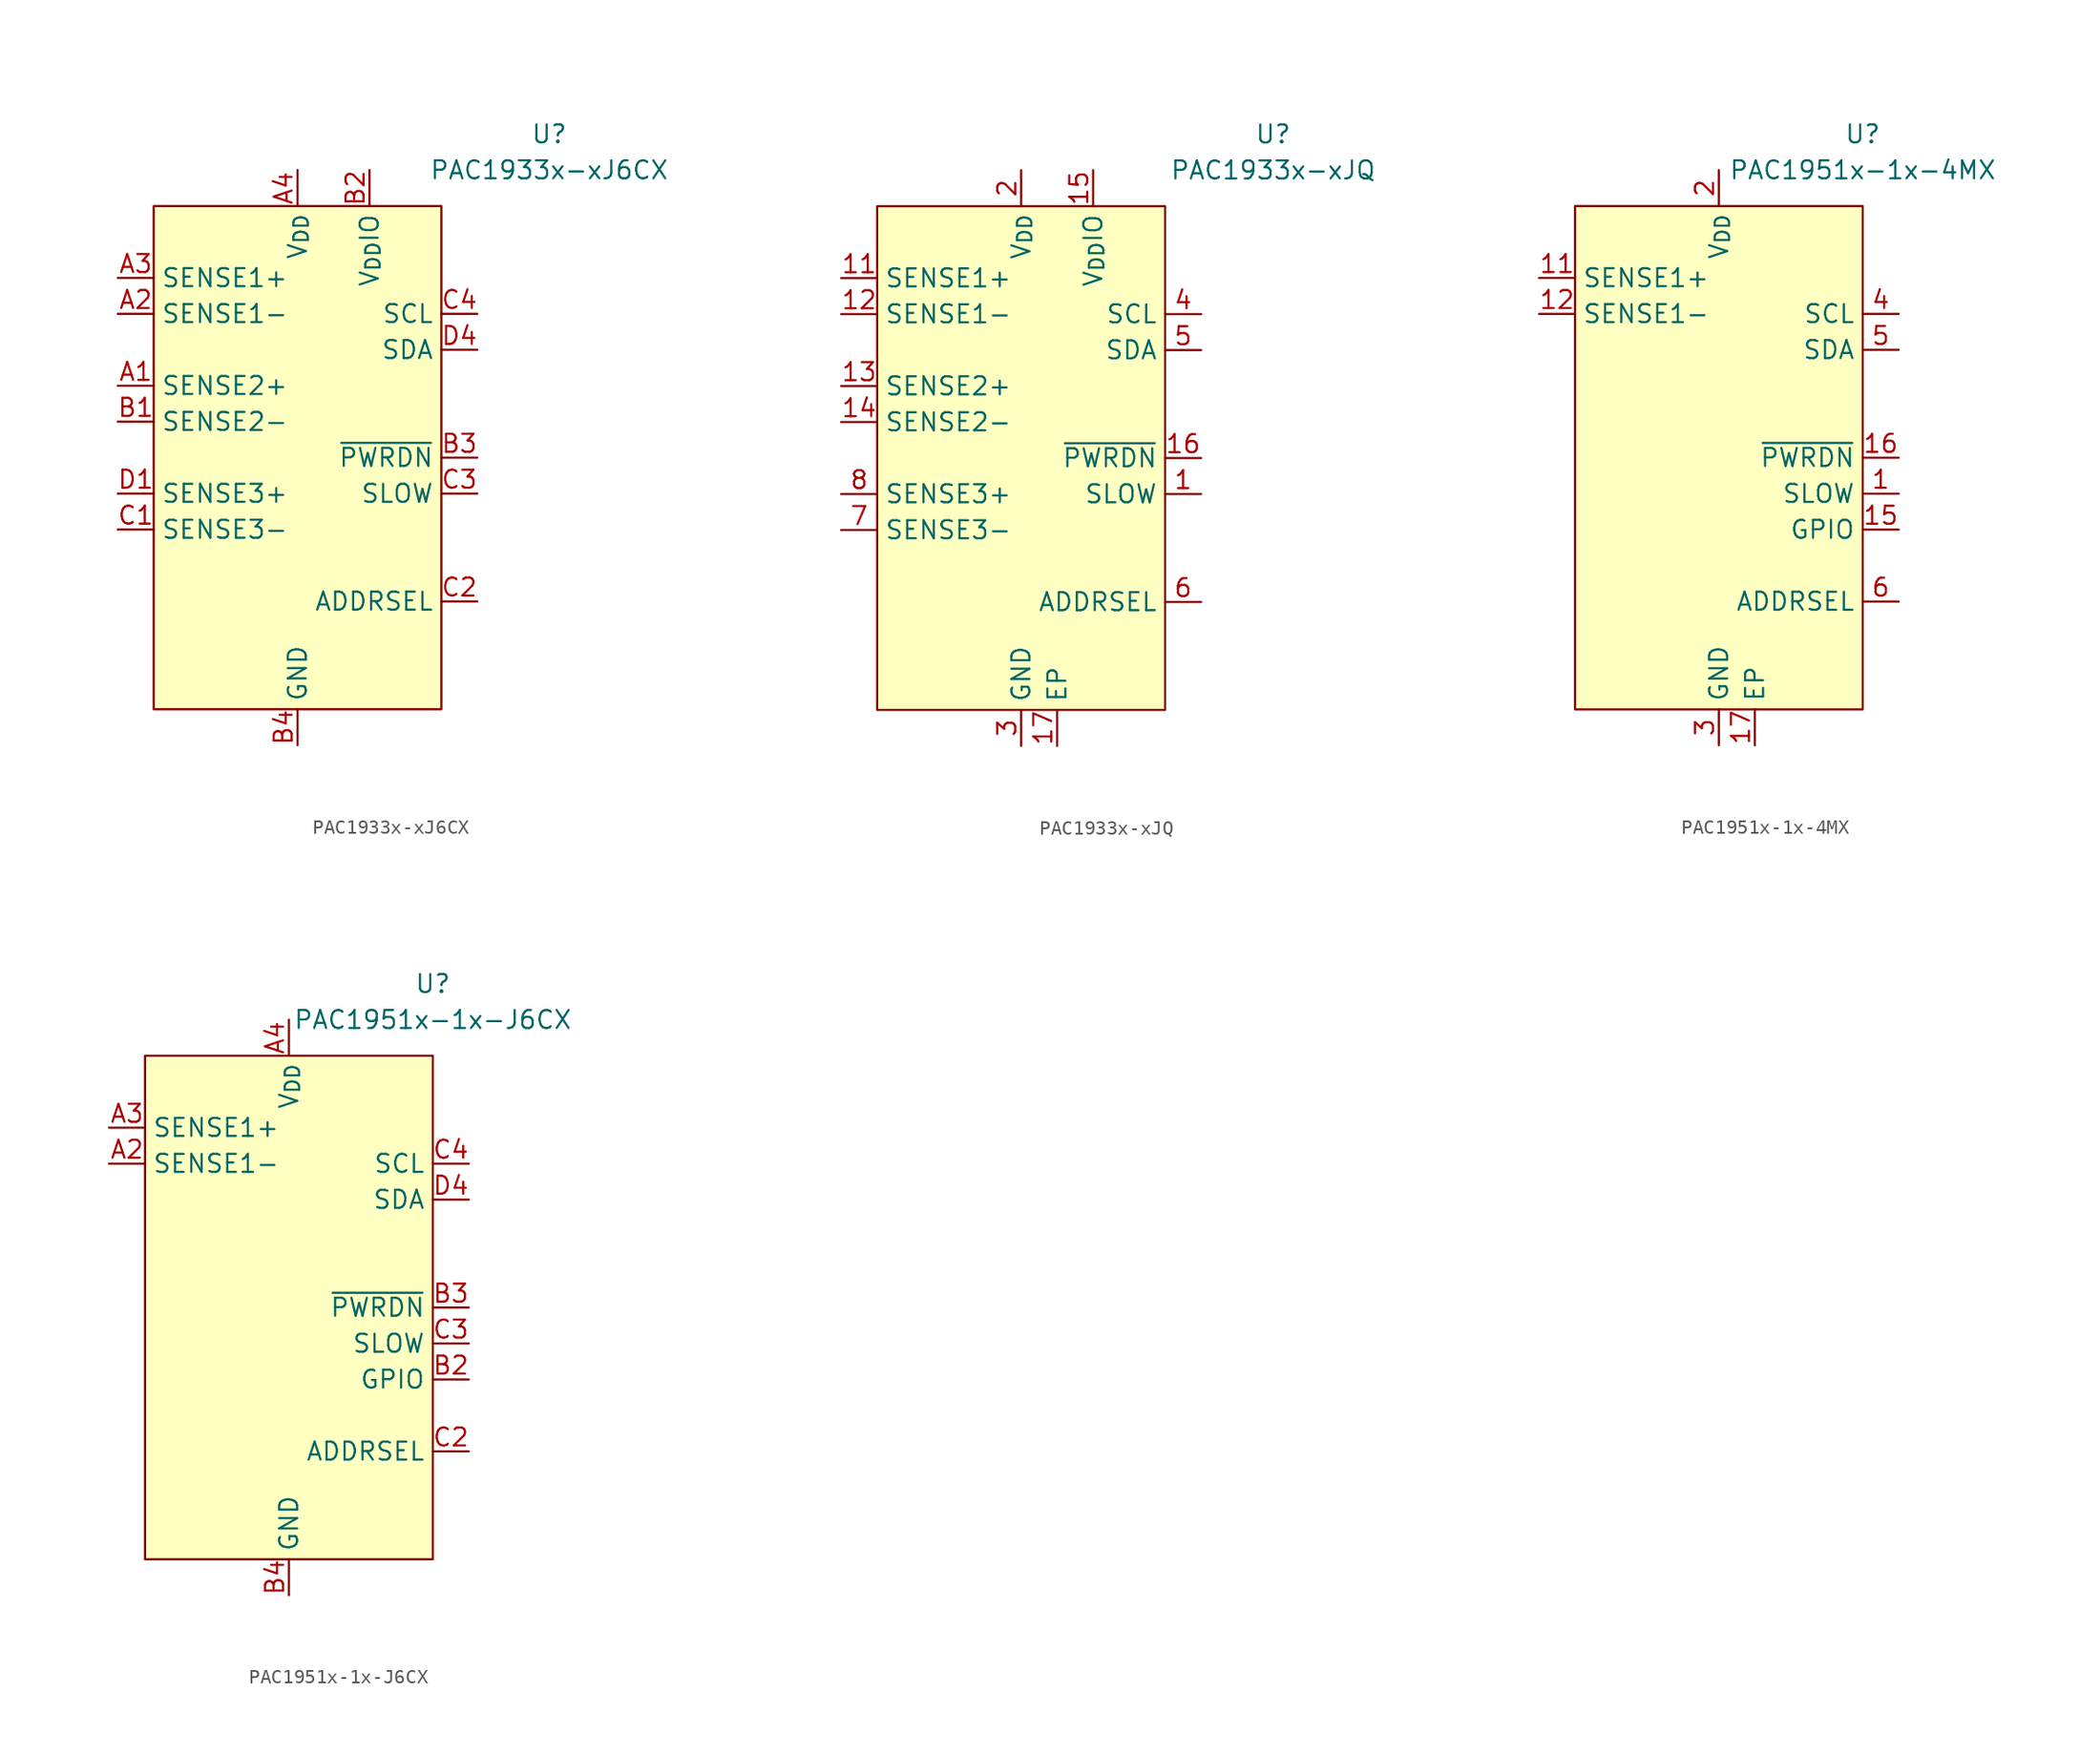
<source format=kicad_sym>
(kicad_symbol_lib
  (version 20211014)
  (generator kicad_symbol_editor)
  (symbol "PAC1933x-xJ6CX"
    (property "Reference" "U"
      (at 17.78 22.86 0)
      (effects (font (size 1.27 1.27))))
    (property "Value" "PAC1933x-xJ6CX"
      (at 17.78 20.32 0)
      (effects (font (size 1.27 1.27))))
    (symbol "PAC1933x-xJ6CX_0_0"
      (pin input line (at -12.7 5.08 0) (length 2.54) (name "SENSE2+" (effects (font (size 1.27 1.27)))) (number "A1" (effects (font (size 1.27 1.27)))))
      (pin input line (at -12.7 10.16 0) (length 2.54) (name "SENSE1-" (effects (font (size 1.27 1.27)))) (number "A2" (effects (font (size 1.27 1.27)))))
      (pin input line (at -12.7 12.7 0) (length 2.54) (name "SENSE1+" (effects (font (size 1.27 1.27)))) (number "A3" (effects (font (size 1.27 1.27)))))
      (pin power_in line (at 0 20.32 270) (length 2.54) (name "V_{DD}" (effects (font (size 1.27 1.27)))) (number "A4" (effects (font (size 1.27 1.27)))))
      (pin input line (at -12.7 2.54 0) (length 2.54) (name "SENSE2-" (effects (font (size 1.27 1.27)))) (number "B1" (effects (font (size 1.27 1.27)))))
      (pin input line (at 5.08 20.32 270) (length 2.54) (name "V_{DD}IO" (effects (font (size 1.27 1.27)))) (number "B2" (effects (font (size 1.27 1.27)))))
      (pin input line (at 12.7 0 180) (length 2.54) (name "~{PWRDN}" (effects (font (size 1.27 1.27)))) (number "B3" (effects (font (size 1.27 1.27)))))
      (pin power_in line (at 0 -20.32 90) (length 2.54) (name "GND" (effects (font (size 1.27 1.27)))) (number "B4" (effects (font (size 1.27 1.27)))))
      (pin input line (at -12.7 -5.08 0) (length 2.54) (name "SENSE3-" (effects (font (size 1.27 1.27)))) (number "C1" (effects (font (size 1.27 1.27)))))
      (pin passive line (at 12.7 -10.16 180) (length 2.54) (name "ADDRSEL" (effects (font (size 1.27 1.27)))) (number "C2" (effects (font (size 1.27 1.27)))))
      (pin input line (at 12.7 -2.54 180) (length 2.54) (name "SLOW" (effects (font (size 1.27 1.27)))) (number "C3" (effects (font (size 1.27 1.27)))) (alternate "~{ALERT1}" open_collector line))
      (pin input line (at 12.7 10.16 180) (length 2.54) (name "SCL" (effects (font (size 1.27 1.27)))) (number "C4" (effects (font (size 1.27 1.27)))) (alternate "SM_CLK" input line))
      (pin input line (at -12.7 -2.54 0) (length 2.54) (name "SENSE3+" (effects (font (size 1.27 1.27)))) (number "D1" (effects (font (size 1.27 1.27)))))
      (pin passive line (at 0 -20.32 90) (length 2.54) hide (name "GND" (effects (font (size 1.27 1.27)))) (number "D2" (effects (font (size 1.27 1.27)))))
      (pin passive line (at 0 -20.32 90) (length 2.54) hide (name "GND" (effects (font (size 1.27 1.27)))) (number "D3" (effects (font (size 1.27 1.27)))))
      (pin bidirectional line (at 12.7 7.62 180) (length 2.54) (name "SDA" (effects (font (size 1.27 1.27)))) (number "D4" (effects (font (size 1.27 1.27)))) (alternate "SM_DATA" bidirectional line)))
    (symbol "PAC1933x-xJ6CX_0_1"
      (rectangle (start -10.16 17.78) (end 10.16 -17.78) (stroke (width 0) (type default) (color 0 0 0 0)) (fill (type background)))))
  (symbol "PAC1933x-xJQ"
    (property "Reference" "U"
      (at 17.78 22.86 0)
      (effects (font (size 1.27 1.27))))
    (property "Value" "PAC1933x-xJQ"
      (at 17.78 20.32 0)
      (effects (font (size 1.27 1.27))))
    (symbol "PAC1933x-xJQ_0_0"
      (pin input line (at 12.7 -2.54 180) (length 2.54) (name "SLOW" (effects (font (size 1.27 1.27)))) (number "1" (effects (font (size 1.27 1.27)))) (alternate "~{ALERT1}" open_collector line))
      (pin passive line (at 0 -20.32 90) (length 2.54) hide (name "GND" (effects (font (size 1.27 1.27)))) (number "10" (effects (font (size 1.27 1.27)))))
      (pin input line (at -12.7 12.7 0) (length 2.54) (name "SENSE1+" (effects (font (size 1.27 1.27)))) (number "11" (effects (font (size 1.27 1.27)))))
      (pin input line (at -12.7 10.16 0) (length 2.54) (name "SENSE1-" (effects (font (size 1.27 1.27)))) (number "12" (effects (font (size 1.27 1.27)))))
      (pin input line (at -12.7 5.08 0) (length 2.54) (name "SENSE2+" (effects (font (size 1.27 1.27)))) (number "13" (effects (font (size 1.27 1.27)))))
      (pin input line (at -12.7 2.54 0) (length 2.54) (name "SENSE2-" (effects (font (size 1.27 1.27)))) (number "14" (effects (font (size 1.27 1.27)))))
      (pin input line (at 5.08 20.32 270) (length 2.54) (name "V_{DD}IO" (effects (font (size 1.27 1.27)))) (number "15" (effects (font (size 1.27 1.27)))))
      (pin input line (at 12.7 0 180) (length 2.54) (name "~{PWRDN}" (effects (font (size 1.27 1.27)))) (number "16" (effects (font (size 1.27 1.27)))))
      (pin passive line (at 2.54 -20.32 90) (length 2.54) (name "EP" (effects (font (size 1.27 1.27)))) (number "17" (effects (font (size 1.27 1.27)))))
      (pin power_in line (at 0 20.32 270) (length 2.54) (name "V_{DD}" (effects (font (size 1.27 1.27)))) (number "2" (effects (font (size 1.27 1.27)))))
      (pin power_in line (at 0 -20.32 90) (length 2.54) (name "GND" (effects (font (size 1.27 1.27)))) (number "3" (effects (font (size 1.27 1.27)))))
      (pin input line (at 12.7 10.16 180) (length 2.54) (name "SCL" (effects (font (size 1.27 1.27)))) (number "4" (effects (font (size 1.27 1.27)))) (alternate "SM_CLK" input line))
      (pin bidirectional line (at 12.7 7.62 180) (length 2.54) (name "SDA" (effects (font (size 1.27 1.27)))) (number "5" (effects (font (size 1.27 1.27)))) (alternate "SM_DATA" bidirectional line))
      (pin passive line (at 12.7 -10.16 180) (length 2.54) (name "ADDRSEL" (effects (font (size 1.27 1.27)))) (number "6" (effects (font (size 1.27 1.27)))))
      (pin input line (at -12.7 -5.08 0) (length 2.54) (name "SENSE3-" (effects (font (size 1.27 1.27)))) (number "7" (effects (font (size 1.27 1.27)))))
      (pin input line (at -12.7 -2.54 0) (length 2.54) (name "SENSE3+" (effects (font (size 1.27 1.27)))) (number "8" (effects (font (size 1.27 1.27)))))
      (pin passive line (at 0 -20.32 90) (length 2.54) hide (name "GND" (effects (font (size 1.27 1.27)))) (number "9" (effects (font (size 1.27 1.27))))))
    (symbol "PAC1933x-xJQ_0_1"
      (rectangle (start -10.16 17.78) (end 10.16 -17.78) (stroke (width 0) (type default) (color 0 0 0 0)) (fill (type background)))))
  (symbol "PAC1951x-1x-4MX"
    (property "Reference" "U"
      (at 10.16 22.86 0)
      (effects (font (size 1.27 1.27))))
    (property "Value" "PAC1951x-1x-4MX"
      (at 10.16 20.32 0)
      (effects (font (size 1.27 1.27))))
    (symbol "PAC1951x-1x-4MX_0_0"
      (pin input line (at 12.7 -2.54 180) (length 2.54) (name "SLOW" (effects (font (size 1.27 1.27)))) (number "1" (effects (font (size 1.27 1.27)))) (alternate "GPIO" bidirectional line) (alternate "~{ALERT1}" open_collector line))
      (pin passive line (at 0 -20.32 90) (length 2.54) hide (name "GND" (effects (font (size 1.27 1.27)))) (number "10" (effects (font (size 1.27 1.27)))))
      (pin input line (at -12.7 12.7 0) (length 2.54) (name "SENSE1+" (effects (font (size 1.27 1.27)))) (number "11" (effects (font (size 1.27 1.27)))))
      (pin input line (at -12.7 10.16 0) (length 2.54) (name "SENSE1-" (effects (font (size 1.27 1.27)))) (number "12" (effects (font (size 1.27 1.27)))))
      (pin passive line (at 0 -20.32 90) (length 2.54) hide (name "GND" (effects (font (size 1.27 1.27)))) (number "13" (effects (font (size 1.27 1.27)))))
      (pin passive line (at 0 -20.32 90) (length 2.54) hide (name "GND" (effects (font (size 1.27 1.27)))) (number "14" (effects (font (size 1.27 1.27)))))
      (pin bidirectional line (at 12.7 -5.08 180) (length 2.54) (name "GPIO" (effects (font (size 1.27 1.27)))) (number "15" (effects (font (size 1.27 1.27)))) (alternate "~{ALERT2}" open_collector line))
      (pin input line (at 12.7 0 180) (length 2.54) (name "~{PWRDN}" (effects (font (size 1.27 1.27)))) (number "16" (effects (font (size 1.27 1.27)))))
      (pin passive line (at 2.54 -20.32 90) (length 2.54) (name "EP" (effects (font (size 1.27 1.27)))) (number "17" (effects (font (size 1.27 1.27)))))
      (pin power_in line (at 0 20.32 270) (length 2.54) (name "V_{DD}" (effects (font (size 1.27 1.27)))) (number "2" (effects (font (size 1.27 1.27)))))
      (pin power_in line (at 0 -20.32 90) (length 2.54) (name "GND" (effects (font (size 1.27 1.27)))) (number "3" (effects (font (size 1.27 1.27)))))
      (pin input line (at 12.7 10.16 180) (length 2.54) (name "SCL" (effects (font (size 1.27 1.27)))) (number "4" (effects (font (size 1.27 1.27)))) (alternate "SM_CLK" input line))
      (pin bidirectional line (at 12.7 7.62 180) (length 2.54) (name "SDA" (effects (font (size 1.27 1.27)))) (number "5" (effects (font (size 1.27 1.27)))) (alternate "SM_DATA" bidirectional line))
      (pin passive line (at 12.7 -10.16 180) (length 2.54) (name "ADDRSEL" (effects (font (size 1.27 1.27)))) (number "6" (effects (font (size 1.27 1.27)))))
      (pin passive line (at 0 -20.32 90) (length 2.54) hide (name "GND" (effects (font (size 1.27 1.27)))) (number "7" (effects (font (size 1.27 1.27)))))
      (pin passive line (at 0 -20.32 90) (length 2.54) hide (name "GND" (effects (font (size 1.27 1.27)))) (number "8" (effects (font (size 1.27 1.27)))))
      (pin passive line (at 0 -20.32 90) (length 2.54) hide (name "GND" (effects (font (size 1.27 1.27)))) (number "9" (effects (font (size 1.27 1.27))))))
    (symbol "PAC1951x-1x-4MX_0_1"
      (rectangle (start -10.16 17.78) (end 10.16 -17.78) (stroke (width 0) (type default) (color 0 0 0 0)) (fill (type background)))))
  (symbol "PAC1951x-1x-J6CX"
    (property "Reference" "U"
      (at 10.16 22.86 0)
      (effects (font (size 1.27 1.27))))
    (property "Value" "PAC1951x-1x-J6CX"
      (at 10.16 20.32 0)
      (effects (font (size 1.27 1.27))))
    (symbol "PAC1951x-1x-J6CX_0_0"
      (pin passive line (at 0 -20.32 90) (length 2.54) hide (name "GND" (effects (font (size 1.27 1.27)))) (number "A1" (effects (font (size 1.27 1.27)))))
      (pin input line (at -12.7 10.16 0) (length 2.54) (name "SENSE1-" (effects (font (size 1.27 1.27)))) (number "A2" (effects (font (size 1.27 1.27)))))
      (pin input line (at -12.7 12.7 0) (length 2.54) (name "SENSE1+" (effects (font (size 1.27 1.27)))) (number "A3" (effects (font (size 1.27 1.27)))))
      (pin power_in line (at 0 20.32 270) (length 2.54) (name "V_{DD}" (effects (font (size 1.27 1.27)))) (number "A4" (effects (font (size 1.27 1.27)))))
      (pin passive line (at 0 -20.32 90) (length 2.54) hide (name "GND" (effects (font (size 1.27 1.27)))) (number "B1" (effects (font (size 1.27 1.27)))))
      (pin bidirectional line (at 12.7 -5.08 180) (length 2.54) (name "GPIO" (effects (font (size 1.27 1.27)))) (number "B2" (effects (font (size 1.27 1.27)))) (alternate "~{ALERT2}" open_collector line))
      (pin input line (at 12.7 0 180) (length 2.54) (name "~{PWRDN}" (effects (font (size 1.27 1.27)))) (number "B3" (effects (font (size 1.27 1.27)))))
      (pin power_in line (at 0 -20.32 90) (length 2.54) (name "GND" (effects (font (size 1.27 1.27)))) (number "B4" (effects (font (size 1.27 1.27)))))
      (pin passive line (at 0 -20.32 90) (length 2.54) hide (name "GND" (effects (font (size 1.27 1.27)))) (number "C1" (effects (font (size 1.27 1.27)))))
      (pin passive line (at 12.7 -10.16 180) (length 2.54) (name "ADDRSEL" (effects (font (size 1.27 1.27)))) (number "C2" (effects (font (size 1.27 1.27)))))
      (pin input line (at 12.7 -2.54 180) (length 2.54) (name "SLOW" (effects (font (size 1.27 1.27)))) (number "C3" (effects (font (size 1.27 1.27)))) (alternate "GPIO" bidirectional line) (alternate "~{ALERT1}" open_collector line))
      (pin input line (at 12.7 10.16 180) (length 2.54) (name "SCL" (effects (font (size 1.27 1.27)))) (number "C4" (effects (font (size 1.27 1.27)))) (alternate "SM_CLK" input line))
      (pin passive line (at 0 -20.32 90) (length 2.54) hide (name "GND" (effects (font (size 1.27 1.27)))) (number "D1" (effects (font (size 1.27 1.27)))))
      (pin passive line (at 0 -20.32 90) (length 2.54) hide (name "GND" (effects (font (size 1.27 1.27)))) (number "D2" (effects (font (size 1.27 1.27)))))
      (pin passive line (at 0 -20.32 90) (length 2.54) hide (name "GND" (effects (font (size 1.27 1.27)))) (number "D3" (effects (font (size 1.27 1.27)))))
      (pin bidirectional line (at 12.7 7.62 180) (length 2.54) (name "SDA" (effects (font (size 1.27 1.27)))) (number "D4" (effects (font (size 1.27 1.27)))) (alternate "SM_DATA" bidirectional line)))
    (symbol "PAC1951x-1x-J6CX_0_1"
      (rectangle (start -10.16 17.78) (end 10.16 -17.78) (stroke (width 0) (type default) (color 0 0 0 0)) (fill (type background))))))
</source>
